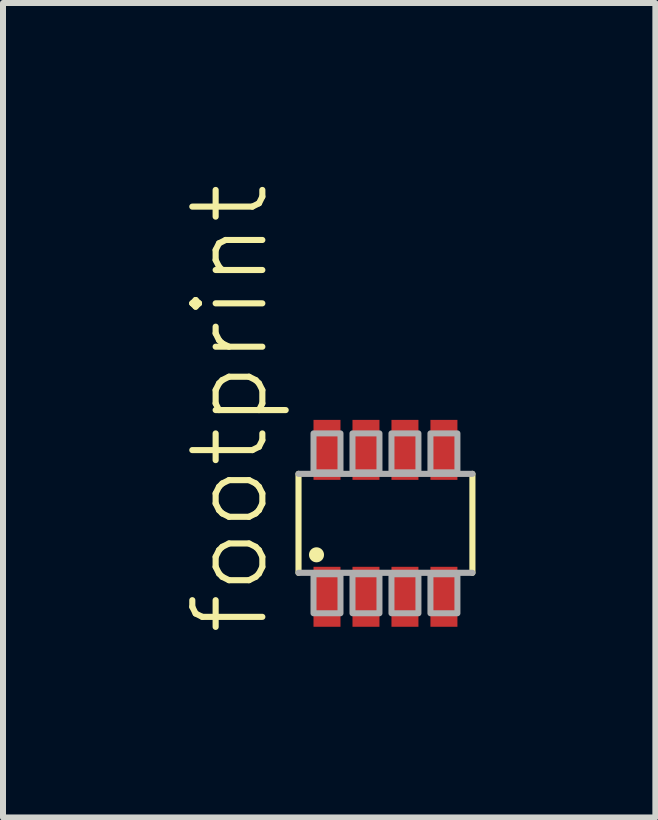
<source format=kicad_pcb>
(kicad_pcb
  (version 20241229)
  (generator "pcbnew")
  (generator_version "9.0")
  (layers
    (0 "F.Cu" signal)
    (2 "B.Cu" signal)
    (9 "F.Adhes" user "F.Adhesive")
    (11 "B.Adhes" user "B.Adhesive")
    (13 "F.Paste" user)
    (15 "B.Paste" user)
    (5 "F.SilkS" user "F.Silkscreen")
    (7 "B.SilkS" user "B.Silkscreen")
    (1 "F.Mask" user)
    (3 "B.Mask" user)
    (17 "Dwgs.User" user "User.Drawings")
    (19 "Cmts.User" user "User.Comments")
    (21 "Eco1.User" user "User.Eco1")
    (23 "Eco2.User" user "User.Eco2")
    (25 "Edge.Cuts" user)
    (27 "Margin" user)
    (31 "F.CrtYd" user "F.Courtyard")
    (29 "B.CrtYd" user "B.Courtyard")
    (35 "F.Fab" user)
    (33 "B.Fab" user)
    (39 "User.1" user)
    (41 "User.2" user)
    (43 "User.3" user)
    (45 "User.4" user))
  (footprint "footprint"
    (layer "F.Cu")
    (at 3.378 5.677)
    (property "Reference" "footprint" (at -1.905 1.905 90) (layer "F.SilkS") (effects (font (size 1.168 1.168) (thickness 0.102)) (justify left bottom)))
    (fp_line (start -1.45 0.825) (end -1.45 -0.825) (stroke (width 0.102) (type solid)) (layer "F.SilkS"))
    (fp_line (start 1.45 -0.825) (end 1.45 0.825) (stroke (width 0.102) (type solid)) (layer "F.SilkS"))
    (fp_circle (center -1.15 0.525) (end -1.087 0.525) (stroke (width 0.125) (type solid)) (fill yes) (layer "F.SilkS"))
    (fp_line (start -1.45 -0.825) (end 1.45 -0.825) (stroke (width 0.102) (type solid)) (layer "F.Fab"))
    (fp_line (start 1.45 0.825) (end -1.45 0.825) (stroke (width 0.102) (type solid)) (layer "F.Fab"))
    (fp_poly (pts (xy -1.2 1.5) (xy -0.75 1.5) (xy -0.75 0.85) (xy -1.2 0.85)) (stroke (width 0.1) (type solid)) (fill no) (layer "F.Fab"))
    (fp_poly (pts (xy -0.75 -1.5) (xy -1.2 -1.5) (xy -1.2 -0.85) (xy -0.75 -0.85)) (stroke (width 0.1) (type solid)) (fill no) (layer "F.Fab"))
    (fp_poly (pts (xy -0.55 1.5) (xy -0.1 1.5) (xy -0.1 0.85) (xy -0.55 0.85)) (stroke (width 0.1) (type solid)) (fill no) (layer "F.Fab"))
    (fp_poly (pts (xy -0.1 -1.5) (xy -0.55 -1.5) (xy -0.55 -0.85) (xy -0.1 -0.85)) (stroke (width 0.1) (type solid)) (fill no) (layer "F.Fab"))
    (fp_poly (pts (xy 0.1 1.5) (xy 0.55 1.5) (xy 0.55 0.85) (xy 0.1 0.85)) (stroke (width 0.1) (type solid)) (fill no) (layer "F.Fab"))
    (fp_poly (pts (xy 0.55 -1.5) (xy 0.1 -1.5) (xy 0.1 -0.85) (xy 0.55 -0.85)) (stroke (width 0.1) (type solid)) (fill no) (layer "F.Fab"))
    (fp_poly (pts (xy 0.75 1.5) (xy 1.2 1.5) (xy 1.2 0.85) (xy 0.75 0.85)) (stroke (width 0.1) (type solid)) (fill no) (layer "F.Fab"))
    (fp_poly (pts (xy 1.2 -1.5) (xy 0.75 -1.5) (xy 0.75 -0.85) (xy 1.2 -0.85)) (stroke (width 0.1) (type solid)) (fill no) (layer "F.Fab"))
    (pad "1" smd rect (at -0.975 1.225) (size 0.45 1) (layers "F.Cu" "F.Mask" "F.Paste"))
    (pad "2" smd rect (at -0.325 1.225) (size 0.45 1) (layers "F.Cu" "F.Mask" "F.Paste"))
    (pad "3" smd rect (at 0.325 1.225) (size 0.45 1) (layers "F.Cu" "F.Mask" "F.Paste"))
    (pad "4" smd rect (at 0.975 1.225) (size 0.45 1) (layers "F.Cu" "F.Mask" "F.Paste"))
    (pad "5" smd rect (at 0.975 -1.225 180) (size 0.45 1) (layers "F.Cu" "F.Mask" "F.Paste"))
    (pad "6" smd rect (at 0.325 -1.225 180) (size 0.45 1) (layers "F.Cu" "F.Mask" "F.Paste"))
    (pad "7" smd rect (at -0.325 -1.225 180) (size 0.45 1) (layers "F.Cu" "F.Mask" "F.Paste"))
    (pad "8" smd rect (at -0.975 -1.225 180) (size 0.45 1) (layers "F.Cu" "F.Mask" "F.Paste")))
  (gr_rect
    (start -3 -3)
    (end 7.879 10.582)
    (stroke (width 0.1) (type default))
    (fill no)
    (layer "Edge.Cuts")))
</source>
